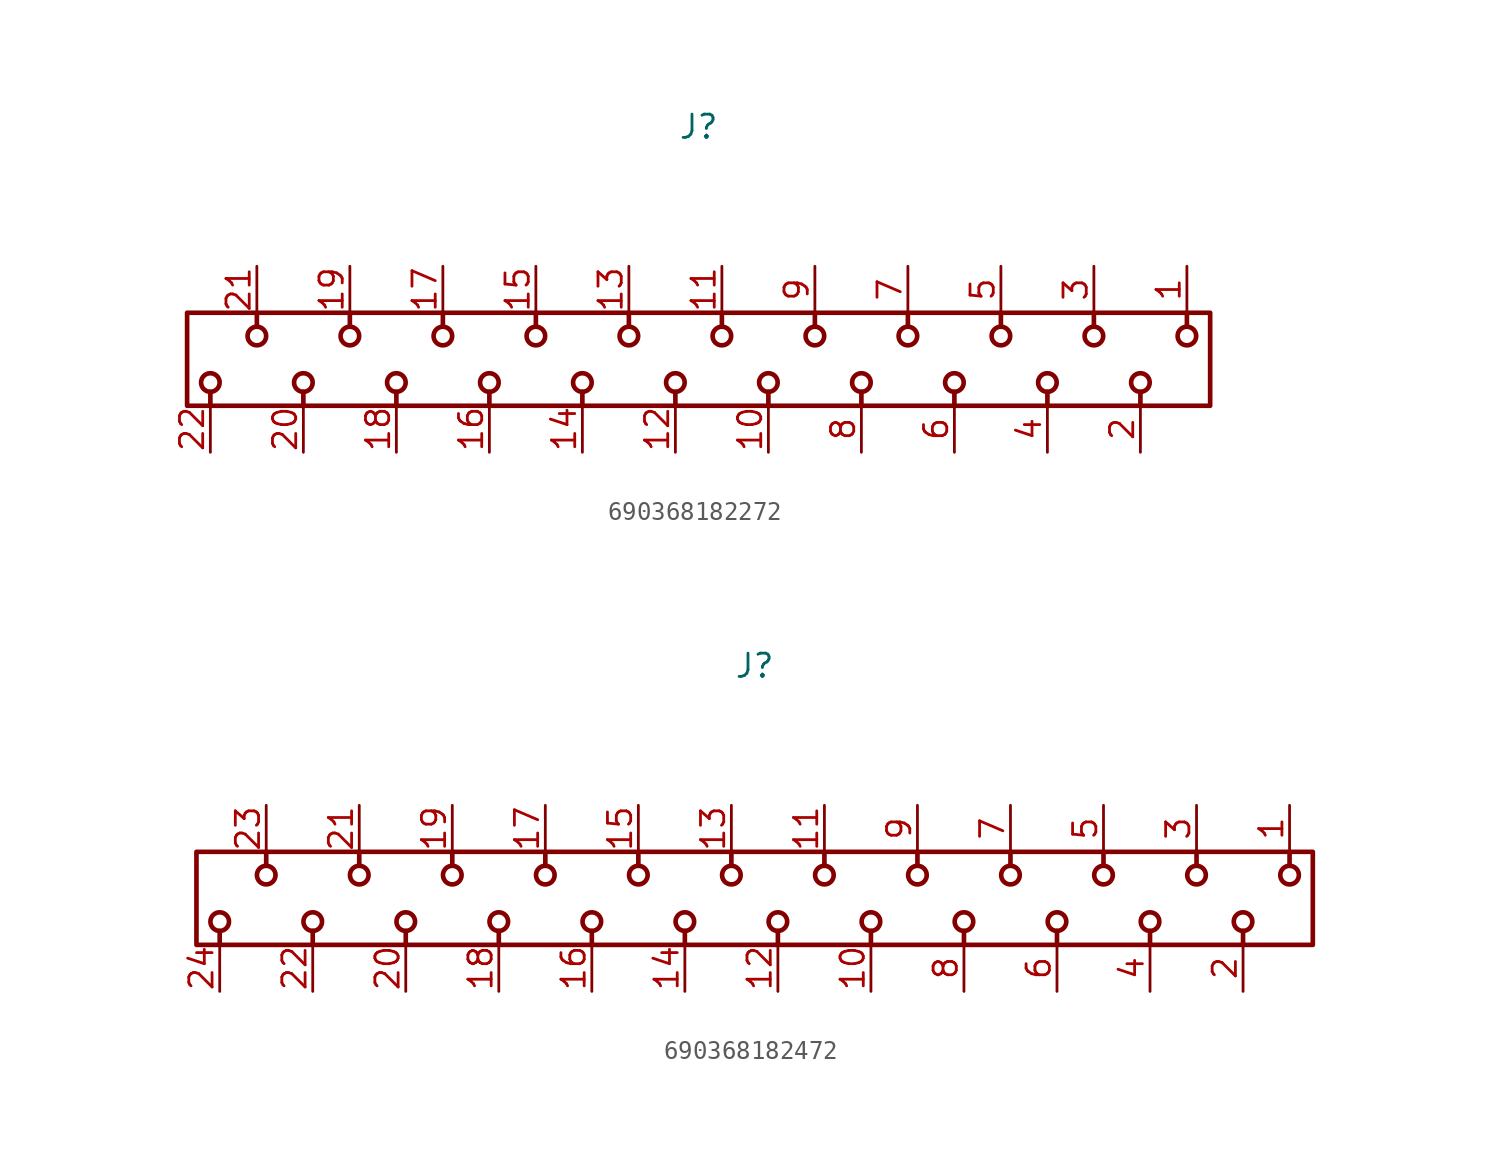
<source format=kicad_sym>
(kicad_symbol_lib
  (version 20241209)
  (generator "kicad_symbol_editor")
  (generator_version "9.0")
  (symbol "690368182272"
    (pin_names
      (hide yes))
    (property "Reference" "J"
      (at 0 12.7 0)
      (effects (font (size 1.27 1.27))))
    (symbol "690368182272_1_1"
      (rectangle (start -27.94 2.54) (end 27.94 -2.54) (stroke (width 0.254) (type solid)) (fill (type none)))
      (circle (center -26.67 -1.27) (radius 0.508) (stroke (width 0.254) (type solid)) (fill (type none)))
      (polyline (pts (xy -26.67 -1.778) (xy -26.67 -2.54)) (stroke (width 0.254) (type solid)) (fill (type none)))
      (polyline (pts (xy -24.13 1.778) (xy -24.13 2.54)) (stroke (width 0.254) (type solid)) (fill (type none)))
      (circle (center -24.13 1.27) (radius 0.508) (stroke (width 0.254) (type solid)) (fill (type none)))
      (circle (center -21.59 -1.27) (radius 0.508) (stroke (width 0.254) (type solid)) (fill (type none)))
      (polyline (pts (xy -21.59 -1.778) (xy -21.59 -2.54)) (stroke (width 0.254) (type solid)) (fill (type none)))
      (polyline (pts (xy -19.05 1.778) (xy -19.05 2.54)) (stroke (width 0.254) (type solid)) (fill (type none)))
      (circle (center -19.05 1.27) (radius 0.508) (stroke (width 0.254) (type solid)) (fill (type none)))
      (circle (center -16.51 -1.27) (radius 0.508) (stroke (width 0.254) (type solid)) (fill (type none)))
      (polyline (pts (xy -16.51 -1.778) (xy -16.51 -2.54)) (stroke (width 0.254) (type solid)) (fill (type none)))
      (polyline (pts (xy -13.97 1.778) (xy -13.97 2.54)) (stroke (width 0.254) (type solid)) (fill (type none)))
      (circle (center -13.97 1.27) (radius 0.508) (stroke (width 0.254) (type solid)) (fill (type none)))
      (circle (center -11.43 -1.27) (radius 0.508) (stroke (width 0.254) (type solid)) (fill (type none)))
      (polyline (pts (xy -11.43 -1.778) (xy -11.43 -2.54)) (stroke (width 0.254) (type solid)) (fill (type none)))
      (polyline (pts (xy -8.89 1.778) (xy -8.89 2.54)) (stroke (width 0.254) (type solid)) (fill (type none)))
      (circle (center -8.89 1.27) (radius 0.508) (stroke (width 0.254) (type solid)) (fill (type none)))
      (circle (center -6.35 -1.27) (radius 0.508) (stroke (width 0.254) (type solid)) (fill (type none)))
      (polyline (pts (xy -6.35 -1.778) (xy -6.35 -2.54)) (stroke (width 0.254) (type solid)) (fill (type none)))
      (polyline (pts (xy -3.81 1.778) (xy -3.81 2.54)) (stroke (width 0.254) (type solid)) (fill (type none)))
      (circle (center -3.81 1.27) (radius 0.508) (stroke (width 0.254) (type solid)) (fill (type none)))
      (circle (center -1.27 -1.27) (radius 0.508) (stroke (width 0.254) (type solid)) (fill (type none)))
      (polyline (pts (xy -1.27 -1.778) (xy -1.27 -2.54)) (stroke (width 0.254) (type solid)) (fill (type none)))
      (polyline (pts (xy 1.27 1.778) (xy 1.27 2.54)) (stroke (width 0.254) (type solid)) (fill (type none)))
      (circle (center 1.27 1.27) (radius 0.508) (stroke (width 0.254) (type solid)) (fill (type none)))
      (circle (center 3.81 -1.27) (radius 0.508) (stroke (width 0.254) (type solid)) (fill (type none)))
      (polyline (pts (xy 3.81 -1.778) (xy 3.81 -2.54)) (stroke (width 0.254) (type solid)) (fill (type none)))
      (polyline (pts (xy 6.35 1.778) (xy 6.35 2.54)) (stroke (width 0.254) (type solid)) (fill (type none)))
      (circle (center 6.35 1.27) (radius 0.508) (stroke (width 0.254) (type solid)) (fill (type none)))
      (circle (center 8.89 -1.27) (radius 0.508) (stroke (width 0.254) (type solid)) (fill (type none)))
      (polyline (pts (xy 8.89 -1.778) (xy 8.89 -2.54)) (stroke (width 0.254) (type solid)) (fill (type none)))
      (polyline (pts (xy 11.43 1.778) (xy 11.43 2.54)) (stroke (width 0.254) (type solid)) (fill (type none)))
      (circle (center 11.43 1.27) (radius 0.508) (stroke (width 0.254) (type solid)) (fill (type none)))
      (circle (center 13.97 -1.27) (radius 0.508) (stroke (width 0.254) (type solid)) (fill (type none)))
      (polyline (pts (xy 13.97 -1.778) (xy 13.97 -2.54)) (stroke (width 0.254) (type solid)) (fill (type none)))
      (polyline (pts (xy 16.51 1.778) (xy 16.51 2.54)) (stroke (width 0.254) (type solid)) (fill (type none)))
      (circle (center 16.51 1.27) (radius 0.508) (stroke (width 0.254) (type solid)) (fill (type none)))
      (circle (center 19.05 -1.27) (radius 0.508) (stroke (width 0.254) (type solid)) (fill (type none)))
      (polyline (pts (xy 19.05 -1.778) (xy 19.05 -2.54)) (stroke (width 0.254) (type solid)) (fill (type none)))
      (polyline (pts (xy 21.59 1.778) (xy 21.59 2.54)) (stroke (width 0.254) (type solid)) (fill (type none)))
      (circle (center 21.59 1.27) (radius 0.508) (stroke (width 0.254) (type solid)) (fill (type none)))
      (circle (center 24.13 -1.27) (radius 0.508) (stroke (width 0.254) (type solid)) (fill (type none)))
      (polyline (pts (xy 24.13 -1.778) (xy 24.13 -2.54)) (stroke (width 0.254) (type solid)) (fill (type none)))
      (polyline (pts (xy 26.67 1.778) (xy 26.67 2.54)) (stroke (width 0.254) (type solid)) (fill (type none)))
      (circle (center 26.67 1.27) (radius 0.508) (stroke (width 0.254) (type solid)) (fill (type none)))
      (pin passive line (at -26.67 -5.08 90) (length 2.54) (name "22" (effects (font (size 1.27 1.27)))) (number "22" (effects (font (size 1.27 1.27)))))
      (pin passive line (at -24.13 5.08 270) (length 2.54) (name "21" (effects (font (size 1.27 1.27)))) (number "21" (effects (font (size 1.27 1.27)))))
      (pin passive line (at -21.59 -5.08 90) (length 2.54) (name "20" (effects (font (size 1.27 1.27)))) (number "20" (effects (font (size 1.27 1.27)))))
      (pin passive line (at -19.05 5.08 270) (length 2.54) (name "19" (effects (font (size 1.27 1.27)))) (number "19" (effects (font (size 1.27 1.27)))))
      (pin passive line (at -16.51 -5.08 90) (length 2.54) (name "18" (effects (font (size 1.27 1.27)))) (number "18" (effects (font (size 1.27 1.27)))))
      (pin passive line (at -13.97 5.08 270) (length 2.54) (name "17" (effects (font (size 1.27 1.27)))) (number "17" (effects (font (size 1.27 1.27)))))
      (pin passive line (at -11.43 -5.08 90) (length 2.54) (name "16" (effects (font (size 1.27 1.27)))) (number "16" (effects (font (size 1.27 1.27)))))
      (pin passive line (at -8.89 5.08 270) (length 2.54) (name "15" (effects (font (size 1.27 1.27)))) (number "15" (effects (font (size 1.27 1.27)))))
      (pin passive line (at -6.35 -5.08 90) (length 2.54) (name "14" (effects (font (size 1.27 1.27)))) (number "14" (effects (font (size 1.27 1.27)))))
      (pin passive line (at -3.81 5.08 270) (length 2.54) (name "13" (effects (font (size 1.27 1.27)))) (number "13" (effects (font (size 1.27 1.27)))))
      (pin passive line (at -1.27 -5.08 90) (length 2.54) (name "12" (effects (font (size 1.27 1.27)))) (number "12" (effects (font (size 1.27 1.27)))))
      (pin passive line (at 1.27 5.08 270) (length 2.54) (name "11" (effects (font (size 1.27 1.27)))) (number "11" (effects (font (size 1.27 1.27)))))
      (pin passive line (at 3.81 -5.08 90) (length 2.54) (name "10" (effects (font (size 1.27 1.27)))) (number "10" (effects (font (size 1.27 1.27)))))
      (pin passive line (at 6.35 5.08 270) (length 2.54) (name "9" (effects (font (size 1.27 1.27)))) (number "9" (effects (font (size 1.27 1.27)))))
      (pin passive line (at 8.89 -5.08 90) (length 2.54) (name "8" (effects (font (size 1.27 1.27)))) (number "8" (effects (font (size 1.27 1.27)))))
      (pin passive line (at 11.43 5.08 270) (length 2.54) (name "7" (effects (font (size 1.27 1.27)))) (number "7" (effects (font (size 1.27 1.27)))))
      (pin passive line (at 13.97 -5.08 90) (length 2.54) (name "6" (effects (font (size 1.27 1.27)))) (number "6" (effects (font (size 1.27 1.27)))))
      (pin passive line (at 16.51 5.08 270) (length 2.54) (name "5" (effects (font (size 1.27 1.27)))) (number "5" (effects (font (size 1.27 1.27)))))
      (pin passive line (at 19.05 -5.08 90) (length 2.54) (name "4" (effects (font (size 1.27 1.27)))) (number "4" (effects (font (size 1.27 1.27)))))
      (pin passive line (at 21.59 5.08 270) (length 2.54) (name "3" (effects (font (size 1.27 1.27)))) (number "3" (effects (font (size 1.27 1.27)))))
      (pin passive line (at 24.13 -5.08 90) (length 2.54) (name "2" (effects (font (size 1.27 1.27)))) (number "2" (effects (font (size 1.27 1.27)))))
      (pin passive line (at 26.67 5.08 270) (length 2.54) (name "1" (effects (font (size 1.27 1.27)))) (number "1" (effects (font (size 1.27 1.27)))))))
  (symbol "690368182472"
    (pin_names
      (hide yes))
    (property "Reference" "J"
      (at 0 12.7 0)
      (effects (font (size 1.27 1.27))))
    (symbol "690368182472_1_1"
      (rectangle (start -30.48 2.54) (end 30.48 -2.54) (stroke (width 0.254) (type solid)) (fill (type none)))
      (circle (center -29.21 -1.27) (radius 0.508) (stroke (width 0.254) (type solid)) (fill (type none)))
      (polyline (pts (xy -29.21 -1.778) (xy -29.21 -2.54)) (stroke (width 0.254) (type solid)) (fill (type none)))
      (polyline (pts (xy -26.67 1.778) (xy -26.67 2.54)) (stroke (width 0.254) (type solid)) (fill (type none)))
      (circle (center -26.67 1.27) (radius 0.508) (stroke (width 0.254) (type solid)) (fill (type none)))
      (circle (center -24.13 -1.27) (radius 0.508) (stroke (width 0.254) (type solid)) (fill (type none)))
      (polyline (pts (xy -24.13 -1.778) (xy -24.13 -2.54)) (stroke (width 0.254) (type solid)) (fill (type none)))
      (polyline (pts (xy -21.59 1.778) (xy -21.59 2.54)) (stroke (width 0.254) (type solid)) (fill (type none)))
      (circle (center -21.59 1.27) (radius 0.508) (stroke (width 0.254) (type solid)) (fill (type none)))
      (circle (center -19.05 -1.27) (radius 0.508) (stroke (width 0.254) (type solid)) (fill (type none)))
      (polyline (pts (xy -19.05 -1.778) (xy -19.05 -2.54)) (stroke (width 0.254) (type solid)) (fill (type none)))
      (polyline (pts (xy -16.51 1.778) (xy -16.51 2.54)) (stroke (width 0.254) (type solid)) (fill (type none)))
      (circle (center -16.51 1.27) (radius 0.508) (stroke (width 0.254) (type solid)) (fill (type none)))
      (circle (center -13.97 -1.27) (radius 0.508) (stroke (width 0.254) (type solid)) (fill (type none)))
      (polyline (pts (xy -13.97 -1.778) (xy -13.97 -2.54)) (stroke (width 0.254) (type solid)) (fill (type none)))
      (polyline (pts (xy -11.43 1.778) (xy -11.43 2.54)) (stroke (width 0.254) (type solid)) (fill (type none)))
      (circle (center -11.43 1.27) (radius 0.508) (stroke (width 0.254) (type solid)) (fill (type none)))
      (circle (center -8.89 -1.27) (radius 0.508) (stroke (width 0.254) (type solid)) (fill (type none)))
      (polyline (pts (xy -8.89 -1.778) (xy -8.89 -2.54)) (stroke (width 0.254) (type solid)) (fill (type none)))
      (polyline (pts (xy -6.35 1.778) (xy -6.35 2.54)) (stroke (width 0.254) (type solid)) (fill (type none)))
      (circle (center -6.35 1.27) (radius 0.508) (stroke (width 0.254) (type solid)) (fill (type none)))
      (circle (center -3.81 -1.27) (radius 0.508) (stroke (width 0.254) (type solid)) (fill (type none)))
      (polyline (pts (xy -3.81 -1.778) (xy -3.81 -2.54)) (stroke (width 0.254) (type solid)) (fill (type none)))
      (polyline (pts (xy -1.27 1.778) (xy -1.27 2.54)) (stroke (width 0.254) (type solid)) (fill (type none)))
      (circle (center -1.27 1.27) (radius 0.508) (stroke (width 0.254) (type solid)) (fill (type none)))
      (circle (center 1.27 -1.27) (radius 0.508) (stroke (width 0.254) (type solid)) (fill (type none)))
      (polyline (pts (xy 1.27 -1.778) (xy 1.27 -2.54)) (stroke (width 0.254) (type solid)) (fill (type none)))
      (polyline (pts (xy 3.81 1.778) (xy 3.81 2.54)) (stroke (width 0.254) (type solid)) (fill (type none)))
      (circle (center 3.81 1.27) (radius 0.508) (stroke (width 0.254) (type solid)) (fill (type none)))
      (circle (center 6.35 -1.27) (radius 0.508) (stroke (width 0.254) (type solid)) (fill (type none)))
      (polyline (pts (xy 6.35 -1.778) (xy 6.35 -2.54)) (stroke (width 0.254) (type solid)) (fill (type none)))
      (polyline (pts (xy 8.89 1.778) (xy 8.89 2.54)) (stroke (width 0.254) (type solid)) (fill (type none)))
      (circle (center 8.89 1.27) (radius 0.508) (stroke (width 0.254) (type solid)) (fill (type none)))
      (circle (center 11.43 -1.27) (radius 0.508) (stroke (width 0.254) (type solid)) (fill (type none)))
      (polyline (pts (xy 11.43 -1.778) (xy 11.43 -2.54)) (stroke (width 0.254) (type solid)) (fill (type none)))
      (polyline (pts (xy 13.97 1.778) (xy 13.97 2.54)) (stroke (width 0.254) (type solid)) (fill (type none)))
      (circle (center 13.97 1.27) (radius 0.508) (stroke (width 0.254) (type solid)) (fill (type none)))
      (circle (center 16.51 -1.27) (radius 0.508) (stroke (width 0.254) (type solid)) (fill (type none)))
      (polyline (pts (xy 16.51 -1.778) (xy 16.51 -2.54)) (stroke (width 0.254) (type solid)) (fill (type none)))
      (polyline (pts (xy 19.05 1.778) (xy 19.05 2.54)) (stroke (width 0.254) (type solid)) (fill (type none)))
      (circle (center 19.05 1.27) (radius 0.508) (stroke (width 0.254) (type solid)) (fill (type none)))
      (circle (center 21.59 -1.27) (radius 0.508) (stroke (width 0.254) (type solid)) (fill (type none)))
      (polyline (pts (xy 21.59 -1.778) (xy 21.59 -2.54)) (stroke (width 0.254) (type solid)) (fill (type none)))
      (polyline (pts (xy 24.13 1.778) (xy 24.13 2.54)) (stroke (width 0.254) (type solid)) (fill (type none)))
      (circle (center 24.13 1.27) (radius 0.508) (stroke (width 0.254) (type solid)) (fill (type none)))
      (circle (center 26.67 -1.27) (radius 0.508) (stroke (width 0.254) (type solid)) (fill (type none)))
      (polyline (pts (xy 26.67 -1.778) (xy 26.67 -2.54)) (stroke (width 0.254) (type solid)) (fill (type none)))
      (polyline (pts (xy 29.21 1.778) (xy 29.21 2.54)) (stroke (width 0.254) (type solid)) (fill (type none)))
      (circle (center 29.21 1.27) (radius 0.508) (stroke (width 0.254) (type solid)) (fill (type none)))
      (pin passive line (at -29.21 -5.08 90) (length 2.54) (name "24" (effects (font (size 1.27 1.27)))) (number "24" (effects (font (size 1.27 1.27)))))
      (pin passive line (at -26.67 5.08 270) (length 2.54) (name "23" (effects (font (size 1.27 1.27)))) (number "23" (effects (font (size 1.27 1.27)))))
      (pin passive line (at -24.13 -5.08 90) (length 2.54) (name "22" (effects (font (size 1.27 1.27)))) (number "22" (effects (font (size 1.27 1.27)))))
      (pin passive line (at -21.59 5.08 270) (length 2.54) (name "21" (effects (font (size 1.27 1.27)))) (number "21" (effects (font (size 1.27 1.27)))))
      (pin passive line (at -19.05 -5.08 90) (length 2.54) (name "20" (effects (font (size 1.27 1.27)))) (number "20" (effects (font (size 1.27 1.27)))))
      (pin passive line (at -16.51 5.08 270) (length 2.54) (name "19" (effects (font (size 1.27 1.27)))) (number "19" (effects (font (size 1.27 1.27)))))
      (pin passive line (at -13.97 -5.08 90) (length 2.54) (name "18" (effects (font (size 1.27 1.27)))) (number "18" (effects (font (size 1.27 1.27)))))
      (pin passive line (at -11.43 5.08 270) (length 2.54) (name "17" (effects (font (size 1.27 1.27)))) (number "17" (effects (font (size 1.27 1.27)))))
      (pin passive line (at -8.89 -5.08 90) (length 2.54) (name "16" (effects (font (size 1.27 1.27)))) (number "16" (effects (font (size 1.27 1.27)))))
      (pin passive line (at -6.35 5.08 270) (length 2.54) (name "15" (effects (font (size 1.27 1.27)))) (number "15" (effects (font (size 1.27 1.27)))))
      (pin passive line (at -3.81 -5.08 90) (length 2.54) (name "14" (effects (font (size 1.27 1.27)))) (number "14" (effects (font (size 1.27 1.27)))))
      (pin passive line (at -1.27 5.08 270) (length 2.54) (name "13" (effects (font (size 1.27 1.27)))) (number "13" (effects (font (size 1.27 1.27)))))
      (pin passive line (at 1.27 -5.08 90) (length 2.54) (name "12" (effects (font (size 1.27 1.27)))) (number "12" (effects (font (size 1.27 1.27)))))
      (pin passive line (at 3.81 5.08 270) (length 2.54) (name "11" (effects (font (size 1.27 1.27)))) (number "11" (effects (font (size 1.27 1.27)))))
      (pin passive line (at 6.35 -5.08 90) (length 2.54) (name "10" (effects (font (size 1.27 1.27)))) (number "10" (effects (font (size 1.27 1.27)))))
      (pin passive line (at 8.89 5.08 270) (length 2.54) (name "9" (effects (font (size 1.27 1.27)))) (number "9" (effects (font (size 1.27 1.27)))))
      (pin passive line (at 11.43 -5.08 90) (length 2.54) (name "8" (effects (font (size 1.27 1.27)))) (number "8" (effects (font (size 1.27 1.27)))))
      (pin passive line (at 13.97 5.08 270) (length 2.54) (name "7" (effects (font (size 1.27 1.27)))) (number "7" (effects (font (size 1.27 1.27)))))
      (pin passive line (at 16.51 -5.08 90) (length 2.54) (name "6" (effects (font (size 1.27 1.27)))) (number "6" (effects (font (size 1.27 1.27)))))
      (pin passive line (at 19.05 5.08 270) (length 2.54) (name "5" (effects (font (size 1.27 1.27)))) (number "5" (effects (font (size 1.27 1.27)))))
      (pin passive line (at 21.59 -5.08 90) (length 2.54) (name "4" (effects (font (size 1.27 1.27)))) (number "4" (effects (font (size 1.27 1.27)))))
      (pin passive line (at 24.13 5.08 270) (length 2.54) (name "3" (effects (font (size 1.27 1.27)))) (number "3" (effects (font (size 1.27 1.27)))))
      (pin passive line (at 26.67 -5.08 90) (length 2.54) (name "2" (effects (font (size 1.27 1.27)))) (number "2" (effects (font (size 1.27 1.27)))))
      (pin passive line (at 29.21 5.08 270) (length 2.54) (name "1" (effects (font (size 1.27 1.27)))) (number "1" (effects (font (size 1.27 1.27))))))))
</source>
